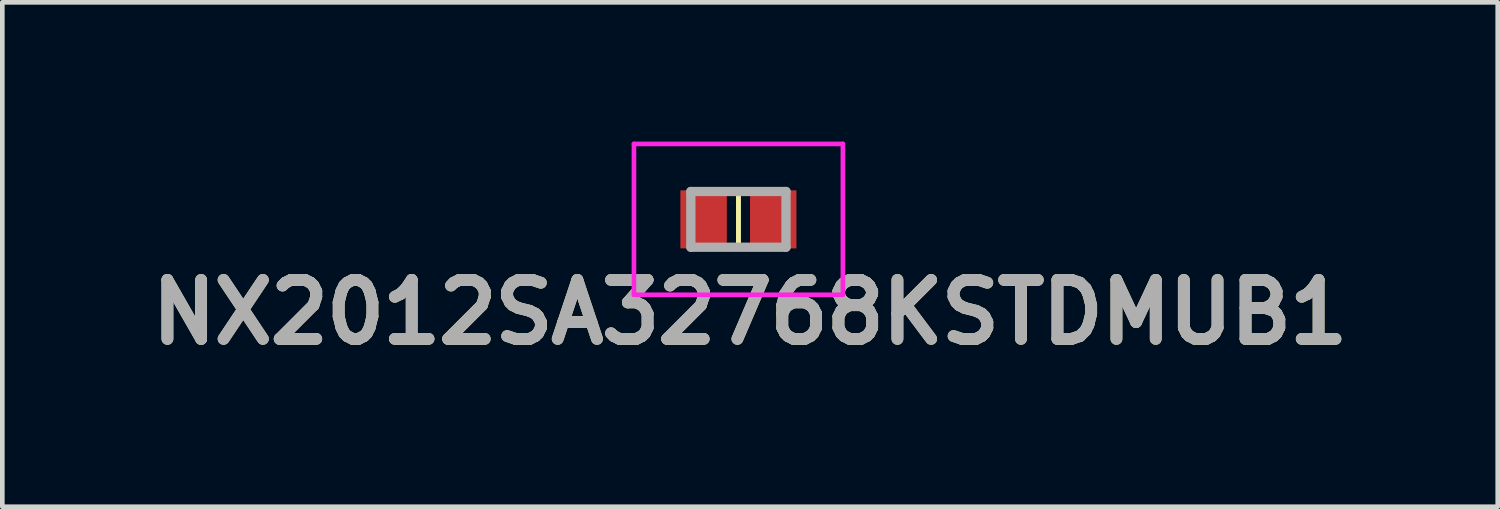
<source format=kicad_pcb>
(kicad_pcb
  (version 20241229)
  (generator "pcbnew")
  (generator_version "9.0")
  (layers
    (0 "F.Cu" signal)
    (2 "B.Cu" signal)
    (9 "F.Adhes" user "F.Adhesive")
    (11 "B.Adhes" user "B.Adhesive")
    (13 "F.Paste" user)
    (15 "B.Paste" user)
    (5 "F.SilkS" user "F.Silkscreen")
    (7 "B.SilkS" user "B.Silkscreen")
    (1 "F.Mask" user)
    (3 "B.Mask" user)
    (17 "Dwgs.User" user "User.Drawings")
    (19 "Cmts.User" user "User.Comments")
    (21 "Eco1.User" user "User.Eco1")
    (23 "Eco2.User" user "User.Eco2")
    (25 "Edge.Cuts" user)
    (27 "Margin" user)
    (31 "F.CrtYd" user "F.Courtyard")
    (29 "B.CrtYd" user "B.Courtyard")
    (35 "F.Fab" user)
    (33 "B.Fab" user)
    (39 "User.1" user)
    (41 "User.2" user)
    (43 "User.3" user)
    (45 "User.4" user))
  (footprint "NX2012SA32768KSTDMUB1"
    (layer "F.Cu")
    (at 12.855 1.675)
    (property "Reference" "NX2012SA32768KSTDMUB1" (at 0.25 2 0) (layer "F.SilkS") (effects (font (size 1.27 1.27) (thickness 0.254))))
    (attr smd)
    (fp_line (start 0 -0.6) (end 0 0.6) (stroke (width 0.1) (type solid)) (layer "F.SilkS"))
    (fp_line (start 0 0.6) (end 0 -0.6) (stroke (width 0.1) (type solid)) (layer "F.SilkS"))
    (fp_line (start -2.25 -1.625) (end 2.25 -1.625) (stroke (width 0.1) (type solid)) (layer "F.CrtYd"))
    (fp_line (start -2.25 1.625) (end -2.25 -1.625) (stroke (width 0.1) (type solid)) (layer "F.CrtYd"))
    (fp_line (start 2.25 -1.625) (end 2.25 1.625) (stroke (width 0.1) (type solid)) (layer "F.CrtYd"))
    (fp_line (start 2.25 1.625) (end -2.25 1.625) (stroke (width 0.1) (type solid)) (layer "F.CrtYd"))
    (fp_line (start -1.025 -0.6) (end 1.025 -0.6) (stroke (width 0.2) (type solid)) (layer "F.Fab"))
    (fp_line (start -1.025 0.6) (end -1.025 -0.6) (stroke (width 0.2) (type solid)) (layer "F.Fab"))
    (fp_line (start 1.025 -0.6) (end 1.025 0.6) (stroke (width 0.2) (type solid)) (layer "F.Fab"))
    (fp_line (start 1.025 0.6) (end -1.025 0.6) (stroke (width 0.2) (type solid)) (layer "F.Fab"))
    (fp_text user "${REFERENCE}" (at 0.25 2 0) (layer "F.Fab") (effects (font (size 1.27 1.27) (thickness 0.254))))
    (pad "1" smd rect (at -0.75 0) (size 1 1.25) (layers "F.Cu" "F.Mask" "F.Paste"))
    (pad "2" smd rect (at 0.75 0) (size 1 1.25) (layers "F.Cu" "F.Mask" "F.Paste")))
  (gr_rect
    (start -3 -3)
    (end 29.21 7.864)
    (stroke (width 0.1) (type default))
    (fill no)
    (layer "Edge.Cuts")))
</source>
